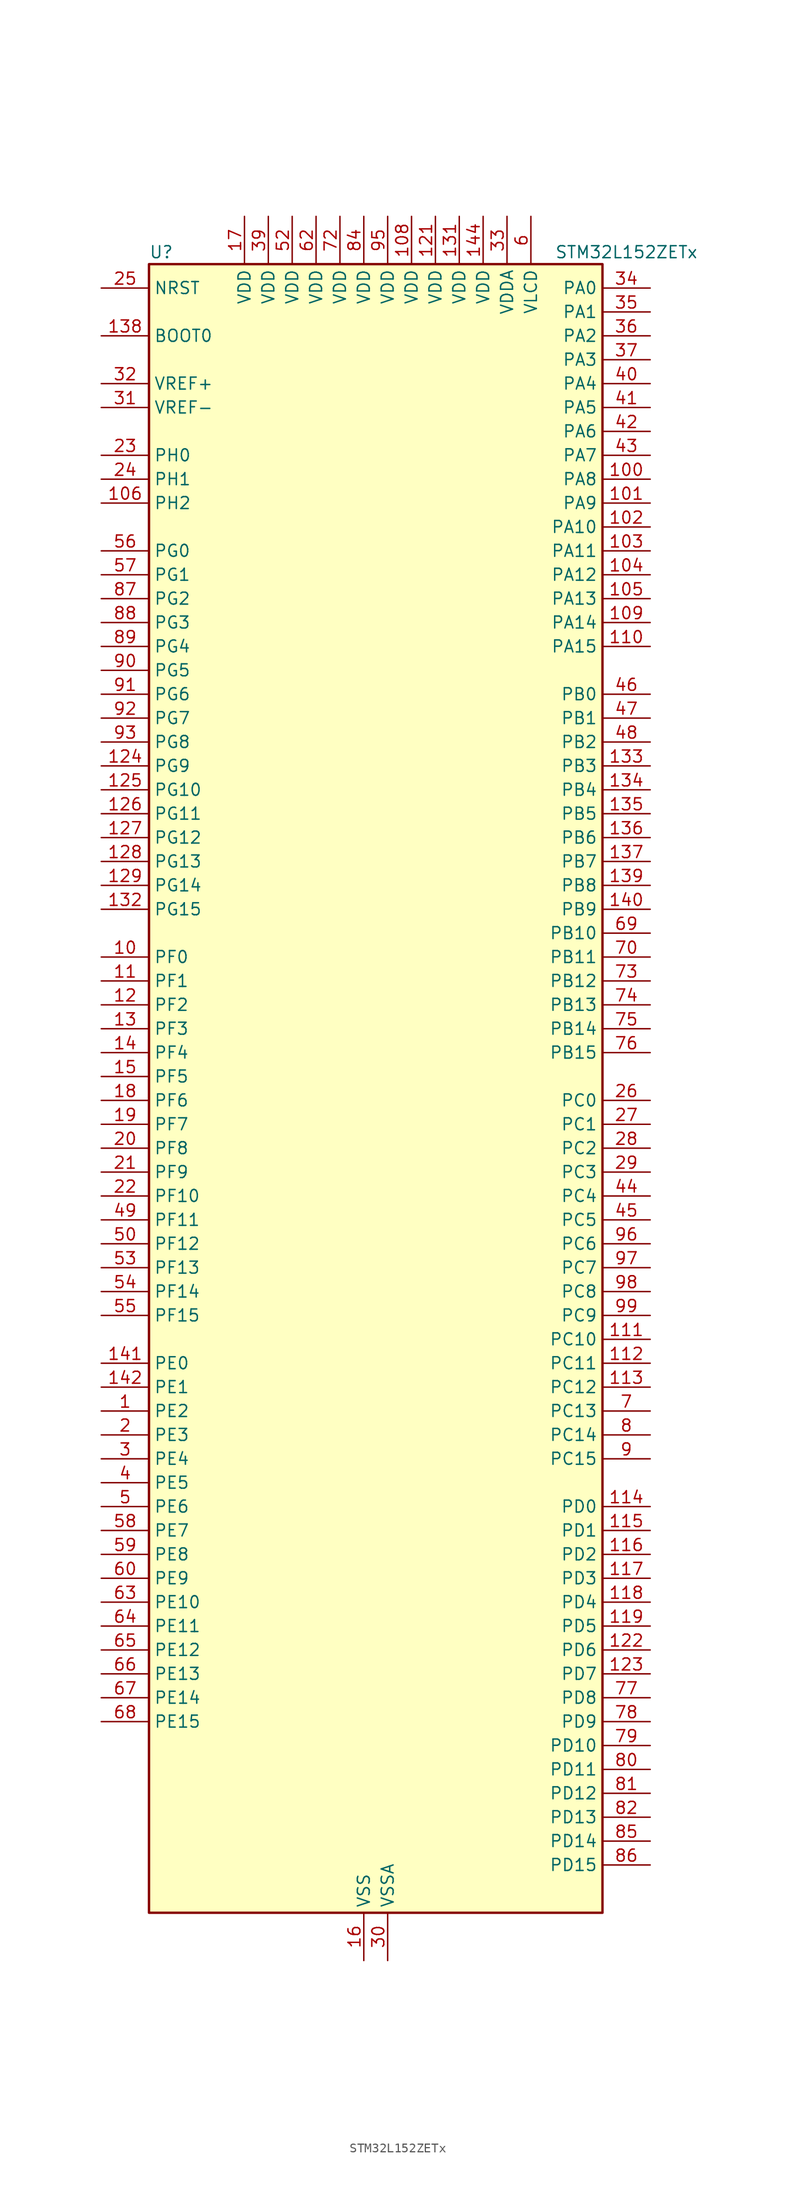
<source format=kicad_sym>
(kicad_symbol_lib
  (version 20220914)
  (generator kicad_symbol_editor)
  (symbol "STM32L152ZETx"
    (property "Reference" "U"
      (at -22.86 90.17 0)
      (effects (font (size 1.27 1.27)) (justify left)))
    (property "Value" "STM32L152ZETx"
      (at 20.32 90.17 0)
      (effects (font (size 1.27 1.27)) (justify left)))
    (property "ki_locked" ""
      (at 0 0 0)
      (effects (font (size 1.27 1.27))))
    (symbol "STM32L152ZETx_0_1"
      (rectangle (start -22.86 -86.36) (end 25.4 88.9) (stroke (width 0.254) (type default)) (fill (type background))))
    (symbol "STM32L152ZETx_1_1"
      (pin bidirectional line (at -27.94 -33.02 0) (length 5.08) (name "PE2" (effects (font (size 1.27 1.27)))) (number "1" (effects (font (size 1.27 1.27)))) (alternate "LCD_SEG38" bidirectional line) (alternate "SYS_TRACECK" bidirectional line) (alternate "TIM3_ETR" bidirectional line) (alternate "TIMX_IC3" bidirectional line))
      (pin bidirectional line (at -27.94 15.24 0) (length 5.08) (name "PF0" (effects (font (size 1.27 1.27)))) (number "10" (effects (font (size 1.27 1.27)))))
      (pin bidirectional line (at 30.48 66.04 180) (length 5.08) (name "PA8" (effects (font (size 1.27 1.27)))) (number "100" (effects (font (size 1.27 1.27)))) (alternate "LCD_COM0" bidirectional line) (alternate "RCC_MCO" bidirectional line) (alternate "TIMX_IC1" bidirectional line) (alternate "TS_G4_IO1" bidirectional line) (alternate "USART1_CK" bidirectional line))
      (pin bidirectional line (at 30.48 63.5 180) (length 5.08) (name "PA9" (effects (font (size 1.27 1.27)))) (number "101" (effects (font (size 1.27 1.27)))) (alternate "DAC_EXTI9" bidirectional line) (alternate "LCD_COM1" bidirectional line) (alternate "TIMX_IC2" bidirectional line) (alternate "TS_G4_IO2" bidirectional line) (alternate "USART1_TX" bidirectional line))
      (pin bidirectional line (at 30.48 60.96 180) (length 5.08) (name "PA10" (effects (font (size 1.27 1.27)))) (number "102" (effects (font (size 1.27 1.27)))) (alternate "LCD_COM2" bidirectional line) (alternate "TIMX_IC3" bidirectional line) (alternate "TS_G4_IO3" bidirectional line) (alternate "USART1_RX" bidirectional line))
      (pin bidirectional line (at 30.48 58.42 180) (length 5.08) (name "PA11" (effects (font (size 1.27 1.27)))) (number "103" (effects (font (size 1.27 1.27)))) (alternate "ADC_EXTI11" bidirectional line) (alternate "SPI1_MISO" bidirectional line) (alternate "TIMX_IC4" bidirectional line) (alternate "USART1_CTS" bidirectional line) (alternate "USB_DM" bidirectional line))
      (pin bidirectional line (at 30.48 55.88 180) (length 5.08) (name "PA12" (effects (font (size 1.27 1.27)))) (number "104" (effects (font (size 1.27 1.27)))) (alternate "SPI1_MOSI" bidirectional line) (alternate "TIMX_IC1" bidirectional line) (alternate "USART1_RTS" bidirectional line) (alternate "USB_DP" bidirectional line))
      (pin bidirectional line (at 30.48 53.34 180) (length 5.08) (name "PA13" (effects (font (size 1.27 1.27)))) (number "105" (effects (font (size 1.27 1.27)))) (alternate "SYS_JTMS-SWDIO" bidirectional line) (alternate "TIMX_IC2" bidirectional line) (alternate "TS_G5_IO1" bidirectional line))
      (pin bidirectional line (at -27.94 63.5 0) (length 5.08) (name "PH2" (effects (font (size 1.27 1.27)))) (number "106" (effects (font (size 1.27 1.27)))))
      (pin passive line (at 0 -91.44 90) (length 5.08) hide (name "VSS" (effects (font (size 1.27 1.27)))) (number "107" (effects (font (size 1.27 1.27)))))
      (pin power_in line (at 5.08 93.98 270) (length 5.08) (name "VDD" (effects (font (size 1.27 1.27)))) (number "108" (effects (font (size 1.27 1.27)))))
      (pin bidirectional line (at 30.48 50.8 180) (length 5.08) (name "PA14" (effects (font (size 1.27 1.27)))) (number "109" (effects (font (size 1.27 1.27)))) (alternate "SYS_JTCK-SWCLK" bidirectional line) (alternate "TIMX_IC3" bidirectional line) (alternate "TS_G5_IO2" bidirectional line))
      (pin bidirectional line (at -27.94 12.7 0) (length 5.08) (name "PF1" (effects (font (size 1.27 1.27)))) (number "11" (effects (font (size 1.27 1.27)))))
      (pin bidirectional line (at 30.48 48.26 180) (length 5.08) (name "PA15" (effects (font (size 1.27 1.27)))) (number "110" (effects (font (size 1.27 1.27)))) (alternate "ADC_EXTI15" bidirectional line) (alternate "I2S3_WS" bidirectional line) (alternate "LCD_SEG17" bidirectional line) (alternate "SPI1_NSS" bidirectional line) (alternate "SPI3_NSS" bidirectional line) (alternate "SYS_JTDI" bidirectional line) (alternate "TIM2_CH1" bidirectional line) (alternate "TIM2_ETR" bidirectional line) (alternate "TIMX_IC4" bidirectional line) (alternate "TS_G5_IO3" bidirectional line))
      (pin bidirectional line (at 30.48 -25.4 180) (length 5.08) (name "PC10" (effects (font (size 1.27 1.27)))) (number "111" (effects (font (size 1.27 1.27)))) (alternate "I2S3_CK" bidirectional line) (alternate "LCD_COM4" bidirectional line) (alternate "LCD_SEG28" bidirectional line) (alternate "LCD_SEG40" bidirectional line) (alternate "SPI3_SCK" bidirectional line) (alternate "TIMX_IC3" bidirectional line) (alternate "UART4_TX" bidirectional line) (alternate "USART3_TX" bidirectional line))
      (pin bidirectional line (at 30.48 -27.94 180) (length 5.08) (name "PC11" (effects (font (size 1.27 1.27)))) (number "112" (effects (font (size 1.27 1.27)))) (alternate "ADC_EXTI11" bidirectional line) (alternate "LCD_COM5" bidirectional line) (alternate "LCD_SEG29" bidirectional line) (alternate "LCD_SEG41" bidirectional line) (alternate "SPI3_MISO" bidirectional line) (alternate "TIMX_IC4" bidirectional line) (alternate "UART4_RX" bidirectional line) (alternate "USART3_RX" bidirectional line))
      (pin bidirectional line (at 30.48 -30.48 180) (length 5.08) (name "PC12" (effects (font (size 1.27 1.27)))) (number "113" (effects (font (size 1.27 1.27)))) (alternate "I2S3_SD" bidirectional line) (alternate "LCD_COM6" bidirectional line) (alternate "LCD_SEG30" bidirectional line) (alternate "LCD_SEG42" bidirectional line) (alternate "SPI3_MOSI" bidirectional line) (alternate "TIMX_IC1" bidirectional line) (alternate "UART5_TX" bidirectional line) (alternate "USART3_CK" bidirectional line))
      (pin bidirectional line (at 30.48 -43.18 180) (length 5.08) (name "PD0" (effects (font (size 1.27 1.27)))) (number "114" (effects (font (size 1.27 1.27)))) (alternate "I2S2_WS" bidirectional line) (alternate "SPI2_NSS" bidirectional line) (alternate "TIM9_CH1" bidirectional line) (alternate "TIMX_IC1" bidirectional line))
      (pin bidirectional line (at 30.48 -45.72 180) (length 5.08) (name "PD1" (effects (font (size 1.27 1.27)))) (number "115" (effects (font (size 1.27 1.27)))) (alternate "I2S2_CK" bidirectional line) (alternate "SPI2_SCK" bidirectional line) (alternate "TIMX_IC2" bidirectional line))
      (pin bidirectional line (at 30.48 -48.26 180) (length 5.08) (name "PD2" (effects (font (size 1.27 1.27)))) (number "116" (effects (font (size 1.27 1.27)))) (alternate "LCD_COM7" bidirectional line) (alternate "LCD_SEG31" bidirectional line) (alternate "LCD_SEG43" bidirectional line) (alternate "TIM3_ETR" bidirectional line) (alternate "TIMX_IC3" bidirectional line) (alternate "UART5_RX" bidirectional line))
      (pin bidirectional line (at 30.48 -50.8 180) (length 5.08) (name "PD3" (effects (font (size 1.27 1.27)))) (number "117" (effects (font (size 1.27 1.27)))) (alternate "SPI2_MISO" bidirectional line) (alternate "TIMX_IC4" bidirectional line) (alternate "USART2_CTS" bidirectional line))
      (pin bidirectional line (at 30.48 -53.34 180) (length 5.08) (name "PD4" (effects (font (size 1.27 1.27)))) (number "118" (effects (font (size 1.27 1.27)))) (alternate "I2S2_SD" bidirectional line) (alternate "SPI2_MOSI" bidirectional line) (alternate "TIMX_IC1" bidirectional line) (alternate "USART2_RTS" bidirectional line))
      (pin bidirectional line (at 30.48 -55.88 180) (length 5.08) (name "PD5" (effects (font (size 1.27 1.27)))) (number "119" (effects (font (size 1.27 1.27)))) (alternate "TIMX_IC2" bidirectional line) (alternate "USART2_TX" bidirectional line))
      (pin bidirectional line (at -27.94 10.16 0) (length 5.08) (name "PF2" (effects (font (size 1.27 1.27)))) (number "12" (effects (font (size 1.27 1.27)))))
      (pin passive line (at 0 -91.44 90) (length 5.08) hide (name "VSS" (effects (font (size 1.27 1.27)))) (number "120" (effects (font (size 1.27 1.27)))))
      (pin power_in line (at 7.62 93.98 270) (length 5.08) (name "VDD" (effects (font (size 1.27 1.27)))) (number "121" (effects (font (size 1.27 1.27)))))
      (pin bidirectional line (at 30.48 -58.42 180) (length 5.08) (name "PD6" (effects (font (size 1.27 1.27)))) (number "122" (effects (font (size 1.27 1.27)))) (alternate "TIMX_IC3" bidirectional line) (alternate "USART2_RX" bidirectional line))
      (pin bidirectional line (at 30.48 -60.96 180) (length 5.08) (name "PD7" (effects (font (size 1.27 1.27)))) (number "123" (effects (font (size 1.27 1.27)))) (alternate "TIM9_CH2" bidirectional line) (alternate "TIMX_IC4" bidirectional line) (alternate "USART2_CK" bidirectional line))
      (pin bidirectional line (at -27.94 35.56 0) (length 5.08) (name "PG9" (effects (font (size 1.27 1.27)))) (number "124" (effects (font (size 1.27 1.27)))) (alternate "DAC_EXTI9" bidirectional line))
      (pin bidirectional line (at -27.94 33.02 0) (length 5.08) (name "PG10" (effects (font (size 1.27 1.27)))) (number "125" (effects (font (size 1.27 1.27)))))
      (pin bidirectional line (at -27.94 30.48 0) (length 5.08) (name "PG11" (effects (font (size 1.27 1.27)))) (number "126" (effects (font (size 1.27 1.27)))) (alternate "ADC_EXTI11" bidirectional line))
      (pin bidirectional line (at -27.94 27.94 0) (length 5.08) (name "PG12" (effects (font (size 1.27 1.27)))) (number "127" (effects (font (size 1.27 1.27)))))
      (pin bidirectional line (at -27.94 25.4 0) (length 5.08) (name "PG13" (effects (font (size 1.27 1.27)))) (number "128" (effects (font (size 1.27 1.27)))))
      (pin bidirectional line (at -27.94 22.86 0) (length 5.08) (name "PG14" (effects (font (size 1.27 1.27)))) (number "129" (effects (font (size 1.27 1.27)))))
      (pin bidirectional line (at -27.94 7.62 0) (length 5.08) (name "PF3" (effects (font (size 1.27 1.27)))) (number "13" (effects (font (size 1.27 1.27)))))
      (pin passive line (at 0 -91.44 90) (length 5.08) hide (name "VSS" (effects (font (size 1.27 1.27)))) (number "130" (effects (font (size 1.27 1.27)))))
      (pin power_in line (at 10.16 93.98 270) (length 5.08) (name "VDD" (effects (font (size 1.27 1.27)))) (number "131" (effects (font (size 1.27 1.27)))))
      (pin bidirectional line (at -27.94 20.32 0) (length 5.08) (name "PG15" (effects (font (size 1.27 1.27)))) (number "132" (effects (font (size 1.27 1.27)))) (alternate "ADC_EXTI15" bidirectional line))
      (pin bidirectional line (at 30.48 35.56 180) (length 5.08) (name "PB3" (effects (font (size 1.27 1.27)))) (number "133" (effects (font (size 1.27 1.27)))) (alternate "COMP2_INM" bidirectional line) (alternate "I2S3_CK" bidirectional line) (alternate "LCD_SEG7" bidirectional line) (alternate "SPI1_SCK" bidirectional line) (alternate "SPI3_SCK" bidirectional line) (alternate "SYS_JTDO-TRACESWO" bidirectional line) (alternate "TIM2_CH2" bidirectional line))
      (pin bidirectional line (at 30.48 33.02 180) (length 5.08) (name "PB4" (effects (font (size 1.27 1.27)))) (number "134" (effects (font (size 1.27 1.27)))) (alternate "COMP2_INP" bidirectional line) (alternate "LCD_SEG8" bidirectional line) (alternate "SPI1_MISO" bidirectional line) (alternate "SPI3_MISO" bidirectional line) (alternate "SYS_JTRST" bidirectional line) (alternate "TIM3_CH1" bidirectional line) (alternate "TS_G6_IO1" bidirectional line))
      (pin bidirectional line (at 30.48 30.48 180) (length 5.08) (name "PB5" (effects (font (size 1.27 1.27)))) (number "135" (effects (font (size 1.27 1.27)))) (alternate "COMP2_INP" bidirectional line) (alternate "I2C1_SMBA" bidirectional line) (alternate "I2S3_SD" bidirectional line) (alternate "LCD_SEG9" bidirectional line) (alternate "SPI1_MOSI" bidirectional line) (alternate "SPI3_MOSI" bidirectional line) (alternate "TIM3_CH2" bidirectional line) (alternate "TS_G6_IO2" bidirectional line))
      (pin bidirectional line (at 30.48 27.94 180) (length 5.08) (name "PB6" (effects (font (size 1.27 1.27)))) (number "136" (effects (font (size 1.27 1.27)))) (alternate "COMP2_INP" bidirectional line) (alternate "I2C1_SCL" bidirectional line) (alternate "TIM4_CH1" bidirectional line) (alternate "TS_G6_IO3" bidirectional line) (alternate "USART1_TX" bidirectional line))
      (pin bidirectional line (at 30.48 25.4 180) (length 5.08) (name "PB7" (effects (font (size 1.27 1.27)))) (number "137" (effects (font (size 1.27 1.27)))) (alternate "COMP2_INP" bidirectional line) (alternate "I2C1_SDA" bidirectional line) (alternate "SYS_PVD_IN" bidirectional line) (alternate "TIM4_CH2" bidirectional line) (alternate "TS_G6_IO4" bidirectional line) (alternate "USART1_RX" bidirectional line))
      (pin input line (at -27.94 81.28 0) (length 5.08) (name "BOOT0" (effects (font (size 1.27 1.27)))) (number "138" (effects (font (size 1.27 1.27)))))
      (pin bidirectional line (at 30.48 22.86 180) (length 5.08) (name "PB8" (effects (font (size 1.27 1.27)))) (number "139" (effects (font (size 1.27 1.27)))) (alternate "I2C1_SCL" bidirectional line) (alternate "LCD_SEG16" bidirectional line) (alternate "TIM10_CH1" bidirectional line) (alternate "TIM4_CH3" bidirectional line))
      (pin bidirectional line (at -27.94 5.08 0) (length 5.08) (name "PF4" (effects (font (size 1.27 1.27)))) (number "14" (effects (font (size 1.27 1.27)))))
      (pin bidirectional line (at 30.48 20.32 180) (length 5.08) (name "PB9" (effects (font (size 1.27 1.27)))) (number "140" (effects (font (size 1.27 1.27)))) (alternate "DAC_EXTI9" bidirectional line) (alternate "I2C1_SDA" bidirectional line) (alternate "LCD_COM3" bidirectional line) (alternate "TIM11_CH1" bidirectional line) (alternate "TIM4_CH4" bidirectional line))
      (pin bidirectional line (at -27.94 -27.94 0) (length 5.08) (name "PE0" (effects (font (size 1.27 1.27)))) (number "141" (effects (font (size 1.27 1.27)))) (alternate "LCD_SEG36" bidirectional line) (alternate "TIM10_CH1" bidirectional line) (alternate "TIM4_ETR" bidirectional line) (alternate "TIMX_IC1" bidirectional line))
      (pin bidirectional line (at -27.94 -30.48 0) (length 5.08) (name "PE1" (effects (font (size 1.27 1.27)))) (number "142" (effects (font (size 1.27 1.27)))) (alternate "LCD_SEG37" bidirectional line) (alternate "TIM11_CH1" bidirectional line) (alternate "TIMX_IC2" bidirectional line))
      (pin passive line (at 0 -91.44 90) (length 5.08) hide (name "VSS" (effects (font (size 1.27 1.27)))) (number "143" (effects (font (size 1.27 1.27)))))
      (pin power_in line (at 12.7 93.98 270) (length 5.08) (name "VDD" (effects (font (size 1.27 1.27)))) (number "144" (effects (font (size 1.27 1.27)))))
      (pin bidirectional line (at -27.94 2.54 0) (length 5.08) (name "PF5" (effects (font (size 1.27 1.27)))) (number "15" (effects (font (size 1.27 1.27)))))
      (pin power_in line (at 0 -91.44 90) (length 5.08) (name "VSS" (effects (font (size 1.27 1.27)))) (number "16" (effects (font (size 1.27 1.27)))))
      (pin power_in line (at -12.7 93.98 270) (length 5.08) (name "VDD" (effects (font (size 1.27 1.27)))) (number "17" (effects (font (size 1.27 1.27)))))
      (pin bidirectional line (at -27.94 0 0) (length 5.08) (name "PF6" (effects (font (size 1.27 1.27)))) (number "18" (effects (font (size 1.27 1.27)))) (alternate "ADC_IN27" bidirectional line) (alternate "TIM5_CH1" bidirectional line) (alternate "TIM5_ETR" bidirectional line) (alternate "TS_G11_IO1" bidirectional line))
      (pin bidirectional line (at -27.94 -2.54 0) (length 5.08) (name "PF7" (effects (font (size 1.27 1.27)))) (number "19" (effects (font (size 1.27 1.27)))) (alternate "ADC_IN28" bidirectional line) (alternate "COMP1_INP" bidirectional line) (alternate "TIM5_CH2" bidirectional line) (alternate "TS_G11_IO2" bidirectional line))
      (pin bidirectional line (at -27.94 -35.56 0) (length 5.08) (name "PE3" (effects (font (size 1.27 1.27)))) (number "2" (effects (font (size 1.27 1.27)))) (alternate "LCD_SEG39" bidirectional line) (alternate "SYS_TRACED0" bidirectional line) (alternate "TIM3_CH1" bidirectional line) (alternate "TIMX_IC4" bidirectional line))
      (pin bidirectional line (at -27.94 -5.08 0) (length 5.08) (name "PF8" (effects (font (size 1.27 1.27)))) (number "20" (effects (font (size 1.27 1.27)))) (alternate "ADC_IN29" bidirectional line) (alternate "COMP1_INP" bidirectional line) (alternate "TIM5_CH3" bidirectional line) (alternate "TS_G11_IO3" bidirectional line))
      (pin bidirectional line (at -27.94 -7.62 0) (length 5.08) (name "PF9" (effects (font (size 1.27 1.27)))) (number "21" (effects (font (size 1.27 1.27)))) (alternate "ADC_IN30" bidirectional line) (alternate "COMP1_INP" bidirectional line) (alternate "DAC_EXTI9" bidirectional line) (alternate "TIM5_CH4" bidirectional line) (alternate "TS_G11_IO4" bidirectional line))
      (pin bidirectional line (at -27.94 -10.16 0) (length 5.08) (name "PF10" (effects (font (size 1.27 1.27)))) (number "22" (effects (font (size 1.27 1.27)))) (alternate "ADC_IN31" bidirectional line) (alternate "COMP1_INP" bidirectional line) (alternate "TS_G11_IO5" bidirectional line))
      (pin bidirectional line (at -27.94 68.58 0) (length 5.08) (name "PH0" (effects (font (size 1.27 1.27)))) (number "23" (effects (font (size 1.27 1.27)))) (alternate "RCC_OSC_IN" bidirectional line))
      (pin bidirectional line (at -27.94 66.04 0) (length 5.08) (name "PH1" (effects (font (size 1.27 1.27)))) (number "24" (effects (font (size 1.27 1.27)))) (alternate "RCC_OSC_OUT" bidirectional line))
      (pin input line (at -27.94 86.36 0) (length 5.08) (name "NRST" (effects (font (size 1.27 1.27)))) (number "25" (effects (font (size 1.27 1.27)))))
      (pin bidirectional line (at 30.48 0 180) (length 5.08) (name "PC0" (effects (font (size 1.27 1.27)))) (number "26" (effects (font (size 1.27 1.27)))) (alternate "ADC_IN10" bidirectional line) (alternate "COMP1_INP" bidirectional line) (alternate "LCD_SEG18" bidirectional line) (alternate "TIMX_IC1" bidirectional line) (alternate "TS_G8_IO1" bidirectional line))
      (pin bidirectional line (at 30.48 -2.54 180) (length 5.08) (name "PC1" (effects (font (size 1.27 1.27)))) (number "27" (effects (font (size 1.27 1.27)))) (alternate "ADC_IN11" bidirectional line) (alternate "COMP1_INP" bidirectional line) (alternate "LCD_SEG19" bidirectional line) (alternate "TIMX_IC2" bidirectional line) (alternate "TS_G8_IO2" bidirectional line))
      (pin bidirectional line (at 30.48 -5.08 180) (length 5.08) (name "PC2" (effects (font (size 1.27 1.27)))) (number "28" (effects (font (size 1.27 1.27)))) (alternate "ADC_IN12" bidirectional line) (alternate "COMP1_INP" bidirectional line) (alternate "LCD_SEG20" bidirectional line) (alternate "TIMX_IC3" bidirectional line) (alternate "TS_G8_IO3" bidirectional line))
      (pin bidirectional line (at 30.48 -7.62 180) (length 5.08) (name "PC3" (effects (font (size 1.27 1.27)))) (number "29" (effects (font (size 1.27 1.27)))) (alternate "ADC_IN13" bidirectional line) (alternate "COMP1_INP" bidirectional line) (alternate "LCD_SEG21" bidirectional line) (alternate "TIMX_IC4" bidirectional line) (alternate "TS_G8_IO4" bidirectional line))
      (pin bidirectional line (at -27.94 -38.1 0) (length 5.08) (name "PE4" (effects (font (size 1.27 1.27)))) (number "3" (effects (font (size 1.27 1.27)))) (alternate "SYS_TRACED1" bidirectional line) (alternate "TIM3_CH2" bidirectional line) (alternate "TIMX_IC1" bidirectional line))
      (pin power_in line (at 2.54 -91.44 90) (length 5.08) (name "VSSA" (effects (font (size 1.27 1.27)))) (number "30" (effects (font (size 1.27 1.27)))))
      (pin input line (at -27.94 73.66 0) (length 5.08) (name "VREF-" (effects (font (size 1.27 1.27)))) (number "31" (effects (font (size 1.27 1.27)))))
      (pin input line (at -27.94 76.2 0) (length 5.08) (name "VREF+" (effects (font (size 1.27 1.27)))) (number "32" (effects (font (size 1.27 1.27)))))
      (pin power_in line (at 15.24 93.98 270) (length 5.08) (name "VDDA" (effects (font (size 1.27 1.27)))) (number "33" (effects (font (size 1.27 1.27)))))
      (pin bidirectional line (at 30.48 86.36 180) (length 5.08) (name "PA0" (effects (font (size 1.27 1.27)))) (number "34" (effects (font (size 1.27 1.27)))) (alternate "ADC_IN0" bidirectional line) (alternate "COMP1_INP" bidirectional line) (alternate "RTC_TAMP2" bidirectional line) (alternate "SYS_WKUP1" bidirectional line) (alternate "TIM2_CH1" bidirectional line) (alternate "TIM2_ETR" bidirectional line) (alternate "TIM5_CH1" bidirectional line) (alternate "TIMX_IC1" bidirectional line) (alternate "TS_G1_IO1" bidirectional line) (alternate "USART2_CTS" bidirectional line))
      (pin bidirectional line (at 30.48 83.82 180) (length 5.08) (name "PA1" (effects (font (size 1.27 1.27)))) (number "35" (effects (font (size 1.27 1.27)))) (alternate "ADC_IN1" bidirectional line) (alternate "COMP1_INP" bidirectional line) (alternate "LCD_SEG0" bidirectional line) (alternate "OPAMP1_VINP" bidirectional line) (alternate "TIM2_CH2" bidirectional line) (alternate "TIM5_CH2" bidirectional line) (alternate "TIMX_IC2" bidirectional line) (alternate "TS_G1_IO2" bidirectional line) (alternate "USART2_RTS" bidirectional line))
      (pin bidirectional line (at 30.48 81.28 180) (length 5.08) (name "PA2" (effects (font (size 1.27 1.27)))) (number "36" (effects (font (size 1.27 1.27)))) (alternate "ADC_IN2" bidirectional line) (alternate "COMP1_INP" bidirectional line) (alternate "LCD_SEG1" bidirectional line) (alternate "OPAMP1_VINM" bidirectional line) (alternate "TIM2_CH3" bidirectional line) (alternate "TIM5_CH3" bidirectional line) (alternate "TIM9_CH1" bidirectional line) (alternate "TIMX_IC3" bidirectional line) (alternate "TS_G1_IO3" bidirectional line) (alternate "USART2_TX" bidirectional line))
      (pin bidirectional line (at 30.48 78.74 180) (length 5.08) (name "PA3" (effects (font (size 1.27 1.27)))) (number "37" (effects (font (size 1.27 1.27)))) (alternate "ADC_IN3" bidirectional line) (alternate "COMP1_INP" bidirectional line) (alternate "LCD_SEG2" bidirectional line) (alternate "OPAMP1_VOUT" bidirectional line) (alternate "TIM2_CH4" bidirectional line) (alternate "TIM5_CH4" bidirectional line) (alternate "TIM9_CH2" bidirectional line) (alternate "TIMX_IC4" bidirectional line) (alternate "TS_G1_IO4" bidirectional line) (alternate "USART2_RX" bidirectional line))
      (pin passive line (at 0 -91.44 90) (length 5.08) hide (name "VSS" (effects (font (size 1.27 1.27)))) (number "38" (effects (font (size 1.27 1.27)))))
      (pin power_in line (at -10.16 93.98 270) (length 5.08) (name "VDD" (effects (font (size 1.27 1.27)))) (number "39" (effects (font (size 1.27 1.27)))))
      (pin bidirectional line (at -27.94 -40.64 0) (length 5.08) (name "PE5" (effects (font (size 1.27 1.27)))) (number "4" (effects (font (size 1.27 1.27)))) (alternate "SYS_TRACED2" bidirectional line) (alternate "TIM9_CH1" bidirectional line) (alternate "TIMX_IC2" bidirectional line))
      (pin bidirectional line (at 30.48 76.2 180) (length 5.08) (name "PA4" (effects (font (size 1.27 1.27)))) (number "40" (effects (font (size 1.27 1.27)))) (alternate "ADC_IN4" bidirectional line) (alternate "COMP1_INP" bidirectional line) (alternate "DAC_OUT1" bidirectional line) (alternate "I2S3_WS" bidirectional line) (alternate "SPI1_NSS" bidirectional line) (alternate "SPI3_NSS" bidirectional line) (alternate "TIMX_IC1" bidirectional line) (alternate "USART2_CK" bidirectional line))
      (pin bidirectional line (at 30.48 73.66 180) (length 5.08) (name "PA5" (effects (font (size 1.27 1.27)))) (number "41" (effects (font (size 1.27 1.27)))) (alternate "ADC_IN5" bidirectional line) (alternate "COMP1_INP" bidirectional line) (alternate "DAC_OUT2" bidirectional line) (alternate "SPI1_SCK" bidirectional line) (alternate "TIM2_CH1" bidirectional line) (alternate "TIM2_ETR" bidirectional line) (alternate "TIMX_IC2" bidirectional line))
      (pin bidirectional line (at 30.48 71.12 180) (length 5.08) (name "PA6" (effects (font (size 1.27 1.27)))) (number "42" (effects (font (size 1.27 1.27)))) (alternate "ADC_IN6" bidirectional line) (alternate "COMP1_INP" bidirectional line) (alternate "LCD_SEG3" bidirectional line) (alternate "OPAMP2_VINP" bidirectional line) (alternate "SPI1_MISO" bidirectional line) (alternate "TIM10_CH1" bidirectional line) (alternate "TIM3_CH1" bidirectional line) (alternate "TIMX_IC3" bidirectional line) (alternate "TS_G2_IO1" bidirectional line))
      (pin bidirectional line (at 30.48 68.58 180) (length 5.08) (name "PA7" (effects (font (size 1.27 1.27)))) (number "43" (effects (font (size 1.27 1.27)))) (alternate "ADC_IN7" bidirectional line) (alternate "COMP1_INP" bidirectional line) (alternate "LCD_SEG4" bidirectional line) (alternate "OPAMP2_VINM" bidirectional line) (alternate "SPI1_MOSI" bidirectional line) (alternate "TIM11_CH1" bidirectional line) (alternate "TIM3_CH2" bidirectional line) (alternate "TIMX_IC4" bidirectional line) (alternate "TS_G2_IO2" bidirectional line))
      (pin bidirectional line (at 30.48 -10.16 180) (length 5.08) (name "PC4" (effects (font (size 1.27 1.27)))) (number "44" (effects (font (size 1.27 1.27)))) (alternate "ADC_IN14" bidirectional line) (alternate "COMP1_INP" bidirectional line) (alternate "LCD_SEG22" bidirectional line) (alternate "TIMX_IC1" bidirectional line) (alternate "TS_G9_IO1" bidirectional line))
      (pin bidirectional line (at 30.48 -12.7 180) (length 5.08) (name "PC5" (effects (font (size 1.27 1.27)))) (number "45" (effects (font (size 1.27 1.27)))) (alternate "ADC_IN15" bidirectional line) (alternate "COMP1_INP" bidirectional line) (alternate "LCD_SEG23" bidirectional line) (alternate "TIMX_IC2" bidirectional line) (alternate "TS_G9_IO2" bidirectional line))
      (pin bidirectional line (at 30.48 43.18 180) (length 5.08) (name "PB0" (effects (font (size 1.27 1.27)))) (number "46" (effects (font (size 1.27 1.27)))) (alternate "ADC_IN8" bidirectional line) (alternate "COMP1_INP" bidirectional line) (alternate "LCD_SEG5" bidirectional line) (alternate "OPAMP2_VOUT" bidirectional line) (alternate "SYS_V_REF_OUT" bidirectional line) (alternate "TIM3_CH3" bidirectional line) (alternate "TS_G3_IO1" bidirectional line))
      (pin bidirectional line (at 30.48 40.64 180) (length 5.08) (name "PB1" (effects (font (size 1.27 1.27)))) (number "47" (effects (font (size 1.27 1.27)))) (alternate "ADC_IN9" bidirectional line) (alternate "COMP1_INP" bidirectional line) (alternate "LCD_SEG6" bidirectional line) (alternate "SYS_V_REF_OUT" bidirectional line) (alternate "TIM3_CH4" bidirectional line) (alternate "TS_G3_IO2" bidirectional line))
      (pin bidirectional line (at 30.48 38.1 180) (length 5.08) (name "PB2" (effects (font (size 1.27 1.27)))) (number "48" (effects (font (size 1.27 1.27)))) (alternate "ADC_IN0b" bidirectional line) (alternate "TS_G3_IO3" bidirectional line))
      (pin bidirectional line (at -27.94 -12.7 0) (length 5.08) (name "PF11" (effects (font (size 1.27 1.27)))) (number "49" (effects (font (size 1.27 1.27)))) (alternate "ADC_EXTI11" bidirectional line) (alternate "ADC_IN1b" bidirectional line) (alternate "TS_G3_IO4" bidirectional line))
      (pin bidirectional line (at -27.94 -43.18 0) (length 5.08) (name "PE6" (effects (font (size 1.27 1.27)))) (number "5" (effects (font (size 1.27 1.27)))) (alternate "RTC_TAMP3" bidirectional line) (alternate "SYS_TRACED3" bidirectional line) (alternate "SYS_WKUP3" bidirectional line) (alternate "TIM9_CH2" bidirectional line) (alternate "TIMX_IC3" bidirectional line))
      (pin bidirectional line (at -27.94 -15.24 0) (length 5.08) (name "PF12" (effects (font (size 1.27 1.27)))) (number "50" (effects (font (size 1.27 1.27)))) (alternate "ADC_IN2b" bidirectional line) (alternate "TS_G3_IO5" bidirectional line))
      (pin passive line (at 0 -91.44 90) (length 5.08) hide (name "VSS" (effects (font (size 1.27 1.27)))) (number "51" (effects (font (size 1.27 1.27)))))
      (pin power_in line (at -7.62 93.98 270) (length 5.08) (name "VDD" (effects (font (size 1.27 1.27)))) (number "52" (effects (font (size 1.27 1.27)))))
      (pin bidirectional line (at -27.94 -17.78 0) (length 5.08) (name "PF13" (effects (font (size 1.27 1.27)))) (number "53" (effects (font (size 1.27 1.27)))) (alternate "ADC_IN3b" bidirectional line) (alternate "TS_G9_IO3" bidirectional line))
      (pin bidirectional line (at -27.94 -20.32 0) (length 5.08) (name "PF14" (effects (font (size 1.27 1.27)))) (number "54" (effects (font (size 1.27 1.27)))) (alternate "ADC_IN6b" bidirectional line) (alternate "TS_G9_IO4" bidirectional line))
      (pin bidirectional line (at -27.94 -22.86 0) (length 5.08) (name "PF15" (effects (font (size 1.27 1.27)))) (number "55" (effects (font (size 1.27 1.27)))) (alternate "ADC_EXTI15" bidirectional line) (alternate "ADC_IN7b" bidirectional line) (alternate "TS_G2_IO3" bidirectional line))
      (pin bidirectional line (at -27.94 58.42 0) (length 5.08) (name "PG0" (effects (font (size 1.27 1.27)))) (number "56" (effects (font (size 1.27 1.27)))) (alternate "ADC_IN8b" bidirectional line) (alternate "TS_G2_IO4" bidirectional line))
      (pin bidirectional line (at -27.94 55.88 0) (length 5.08) (name "PG1" (effects (font (size 1.27 1.27)))) (number "57" (effects (font (size 1.27 1.27)))) (alternate "ADC_IN9b" bidirectional line) (alternate "TS_G2_IO5" bidirectional line))
      (pin bidirectional line (at -27.94 -45.72 0) (length 5.08) (name "PE7" (effects (font (size 1.27 1.27)))) (number "58" (effects (font (size 1.27 1.27)))) (alternate "ADC_IN22" bidirectional line) (alternate "COMP1_INP" bidirectional line) (alternate "TIMX_IC4" bidirectional line))
      (pin bidirectional line (at -27.94 -48.26 0) (length 5.08) (name "PE8" (effects (font (size 1.27 1.27)))) (number "59" (effects (font (size 1.27 1.27)))) (alternate "ADC_IN23" bidirectional line) (alternate "COMP1_INP" bidirectional line) (alternate "TIMX_IC1" bidirectional line))
      (pin power_in line (at 17.78 93.98 270) (length 5.08) (name "VLCD" (effects (font (size 1.27 1.27)))) (number "6" (effects (font (size 1.27 1.27)))))
      (pin bidirectional line (at -27.94 -50.8 0) (length 5.08) (name "PE9" (effects (font (size 1.27 1.27)))) (number "60" (effects (font (size 1.27 1.27)))) (alternate "ADC_IN24" bidirectional line) (alternate "COMP1_INP" bidirectional line) (alternate "DAC_EXTI9" bidirectional line) (alternate "TIM2_CH1" bidirectional line) (alternate "TIM2_ETR" bidirectional line) (alternate "TIMX_IC2" bidirectional line))
      (pin passive line (at 0 -91.44 90) (length 5.08) hide (name "VSS" (effects (font (size 1.27 1.27)))) (number "61" (effects (font (size 1.27 1.27)))))
      (pin power_in line (at -5.08 93.98 270) (length 5.08) (name "VDD" (effects (font (size 1.27 1.27)))) (number "62" (effects (font (size 1.27 1.27)))))
      (pin bidirectional line (at -27.94 -53.34 0) (length 5.08) (name "PE10" (effects (font (size 1.27 1.27)))) (number "63" (effects (font (size 1.27 1.27)))) (alternate "ADC_IN25" bidirectional line) (alternate "COMP1_INP" bidirectional line) (alternate "TIM2_CH2" bidirectional line) (alternate "TIMX_IC3" bidirectional line))
      (pin bidirectional line (at -27.94 -55.88 0) (length 5.08) (name "PE11" (effects (font (size 1.27 1.27)))) (number "64" (effects (font (size 1.27 1.27)))) (alternate "ADC_EXTI11" bidirectional line) (alternate "TIM2_CH3" bidirectional line) (alternate "TIMX_IC4" bidirectional line))
      (pin bidirectional line (at -27.94 -58.42 0) (length 5.08) (name "PE12" (effects (font (size 1.27 1.27)))) (number "65" (effects (font (size 1.27 1.27)))) (alternate "SPI1_NSS" bidirectional line) (alternate "TIM2_CH4" bidirectional line) (alternate "TIMX_IC1" bidirectional line))
      (pin bidirectional line (at -27.94 -60.96 0) (length 5.08) (name "PE13" (effects (font (size 1.27 1.27)))) (number "66" (effects (font (size 1.27 1.27)))) (alternate "SPI1_SCK" bidirectional line) (alternate "TIMX_IC2" bidirectional line))
      (pin bidirectional line (at -27.94 -63.5 0) (length 5.08) (name "PE14" (effects (font (size 1.27 1.27)))) (number "67" (effects (font (size 1.27 1.27)))) (alternate "SPI1_MISO" bidirectional line) (alternate "TIMX_IC3" bidirectional line))
      (pin bidirectional line (at -27.94 -66.04 0) (length 5.08) (name "PE15" (effects (font (size 1.27 1.27)))) (number "68" (effects (font (size 1.27 1.27)))) (alternate "ADC_EXTI15" bidirectional line) (alternate "SPI1_MOSI" bidirectional line) (alternate "TIMX_IC4" bidirectional line))
      (pin bidirectional line (at 30.48 17.78 180) (length 5.08) (name "PB10" (effects (font (size 1.27 1.27)))) (number "69" (effects (font (size 1.27 1.27)))) (alternate "I2C2_SCL" bidirectional line) (alternate "LCD_SEG10" bidirectional line) (alternate "TIM2_CH3" bidirectional line) (alternate "USART3_TX" bidirectional line))
      (pin bidirectional line (at 30.48 -33.02 180) (length 5.08) (name "PC13" (effects (font (size 1.27 1.27)))) (number "7" (effects (font (size 1.27 1.27)))) (alternate "RTC_OUT_ALARM" bidirectional line) (alternate "RTC_OUT_CALIB" bidirectional line) (alternate "RTC_TAMP1" bidirectional line) (alternate "RTC_TS" bidirectional line) (alternate "SYS_WKUP2" bidirectional line) (alternate "TIMX_IC2" bidirectional line))
      (pin bidirectional line (at 30.48 15.24 180) (length 5.08) (name "PB11" (effects (font (size 1.27 1.27)))) (number "70" (effects (font (size 1.27 1.27)))) (alternate "ADC_EXTI11" bidirectional line) (alternate "I2C2_SDA" bidirectional line) (alternate "LCD_SEG11" bidirectional line) (alternate "TIM2_CH4" bidirectional line) (alternate "USART3_RX" bidirectional line))
      (pin passive line (at 0 -91.44 90) (length 5.08) hide (name "VSS" (effects (font (size 1.27 1.27)))) (number "71" (effects (font (size 1.27 1.27)))))
      (pin power_in line (at -2.54 93.98 270) (length 5.08) (name "VDD" (effects (font (size 1.27 1.27)))) (number "72" (effects (font (size 1.27 1.27)))))
      (pin bidirectional line (at 30.48 12.7 180) (length 5.08) (name "PB12" (effects (font (size 1.27 1.27)))) (number "73" (effects (font (size 1.27 1.27)))) (alternate "ADC_IN18" bidirectional line) (alternate "COMP1_INP" bidirectional line) (alternate "I2C2_SMBA" bidirectional line) (alternate "I2S2_WS" bidirectional line) (alternate "LCD_SEG12" bidirectional line) (alternate "SPI2_NSS" bidirectional line) (alternate "TIM10_CH1" bidirectional line) (alternate "TS_G7_IO1" bidirectional line) (alternate "USART3_CK" bidirectional line))
      (pin bidirectional line (at 30.48 10.16 180) (length 5.08) (name "PB13" (effects (font (size 1.27 1.27)))) (number "74" (effects (font (size 1.27 1.27)))) (alternate "ADC_IN19" bidirectional line) (alternate "COMP1_INP" bidirectional line) (alternate "I2S2_CK" bidirectional line) (alternate "LCD_SEG13" bidirectional line) (alternate "SPI2_SCK" bidirectional line) (alternate "TIM9_CH1" bidirectional line) (alternate "TS_G7_IO2" bidirectional line) (alternate "USART3_CTS" bidirectional line))
      (pin bidirectional line (at 30.48 7.62 180) (length 5.08) (name "PB14" (effects (font (size 1.27 1.27)))) (number "75" (effects (font (size 1.27 1.27)))) (alternate "ADC_IN20" bidirectional line) (alternate "COMP1_INP" bidirectional line) (alternate "LCD_SEG14" bidirectional line) (alternate "SPI2_MISO" bidirectional line) (alternate "TIM9_CH2" bidirectional line) (alternate "TS_G7_IO3" bidirectional line) (alternate "USART3_RTS" bidirectional line))
      (pin bidirectional line (at 30.48 5.08 180) (length 5.08) (name "PB15" (effects (font (size 1.27 1.27)))) (number "76" (effects (font (size 1.27 1.27)))) (alternate "ADC_EXTI15" bidirectional line) (alternate "ADC_IN21" bidirectional line) (alternate "COMP1_INP" bidirectional line) (alternate "I2S2_SD" bidirectional line) (alternate "LCD_SEG15" bidirectional line) (alternate "RTC_REFIN" bidirectional line) (alternate "SPI2_MOSI" bidirectional line) (alternate "TIM11_CH1" bidirectional line) (alternate "TS_G7_IO4" bidirectional line))
      (pin bidirectional line (at 30.48 -63.5 180) (length 5.08) (name "PD8" (effects (font (size 1.27 1.27)))) (number "77" (effects (font (size 1.27 1.27)))) (alternate "LCD_SEG28" bidirectional line) (alternate "TIMX_IC1" bidirectional line) (alternate "USART3_TX" bidirectional line))
      (pin bidirectional line (at 30.48 -66.04 180) (length 5.08) (name "PD9" (effects (font (size 1.27 1.27)))) (number "78" (effects (font (size 1.27 1.27)))) (alternate "DAC_EXTI9" bidirectional line) (alternate "LCD_SEG29" bidirectional line) (alternate "TIMX_IC2" bidirectional line) (alternate "USART3_RX" bidirectional line))
      (pin bidirectional line (at 30.48 -68.58 180) (length 5.08) (name "PD10" (effects (font (size 1.27 1.27)))) (number "79" (effects (font (size 1.27 1.27)))) (alternate "LCD_SEG30" bidirectional line) (alternate "TIMX_IC3" bidirectional line) (alternate "USART3_CK" bidirectional line))
      (pin bidirectional line (at 30.48 -35.56 180) (length 5.08) (name "PC14" (effects (font (size 1.27 1.27)))) (number "8" (effects (font (size 1.27 1.27)))) (alternate "RCC_OSC32_IN" bidirectional line) (alternate "TIMX_IC3" bidirectional line))
      (pin bidirectional line (at 30.48 -71.12 180) (length 5.08) (name "PD11" (effects (font (size 1.27 1.27)))) (number "80" (effects (font (size 1.27 1.27)))) (alternate "ADC_EXTI11" bidirectional line) (alternate "LCD_SEG31" bidirectional line) (alternate "TIMX_IC4" bidirectional line) (alternate "USART3_CTS" bidirectional line))
      (pin bidirectional line (at 30.48 -73.66 180) (length 5.08) (name "PD12" (effects (font (size 1.27 1.27)))) (number "81" (effects (font (size 1.27 1.27)))) (alternate "LCD_SEG32" bidirectional line) (alternate "TIM4_CH1" bidirectional line) (alternate "TIMX_IC1" bidirectional line) (alternate "USART3_RTS" bidirectional line))
      (pin bidirectional line (at 30.48 -76.2 180) (length 5.08) (name "PD13" (effects (font (size 1.27 1.27)))) (number "82" (effects (font (size 1.27 1.27)))) (alternate "LCD_SEG33" bidirectional line) (alternate "TIM4_CH2" bidirectional line) (alternate "TIMX_IC2" bidirectional line))
      (pin passive line (at 0 -91.44 90) (length 5.08) hide (name "VSS" (effects (font (size 1.27 1.27)))) (number "83" (effects (font (size 1.27 1.27)))))
      (pin power_in line (at 0 93.98 270) (length 5.08) (name "VDD" (effects (font (size 1.27 1.27)))) (number "84" (effects (font (size 1.27 1.27)))))
      (pin bidirectional line (at 30.48 -78.74 180) (length 5.08) (name "PD14" (effects (font (size 1.27 1.27)))) (number "85" (effects (font (size 1.27 1.27)))) (alternate "LCD_SEG34" bidirectional line) (alternate "TIM4_CH3" bidirectional line) (alternate "TIMX_IC3" bidirectional line))
      (pin bidirectional line (at 30.48 -81.28 180) (length 5.08) (name "PD15" (effects (font (size 1.27 1.27)))) (number "86" (effects (font (size 1.27 1.27)))) (alternate "ADC_EXTI15" bidirectional line) (alternate "LCD_SEG35" bidirectional line) (alternate "TIM4_CH4" bidirectional line) (alternate "TIMX_IC4" bidirectional line))
      (pin bidirectional line (at -27.94 53.34 0) (length 5.08) (name "PG2" (effects (font (size 1.27 1.27)))) (number "87" (effects (font (size 1.27 1.27)))) (alternate "ADC_IN10b" bidirectional line) (alternate "TS_G7_IO5" bidirectional line))
      (pin bidirectional line (at -27.94 50.8 0) (length 5.08) (name "PG3" (effects (font (size 1.27 1.27)))) (number "88" (effects (font (size 1.27 1.27)))) (alternate "ADC_IN11b" bidirectional line) (alternate "TS_G7_IO6" bidirectional line))
      (pin bidirectional line (at -27.94 48.26 0) (length 5.08) (name "PG4" (effects (font (size 1.27 1.27)))) (number "89" (effects (font (size 1.27 1.27)))) (alternate "ADC_IN12b" bidirectional line) (alternate "TS_G7_IO7" bidirectional line))
      (pin bidirectional line (at 30.48 -38.1 180) (length 5.08) (name "PC15" (effects (font (size 1.27 1.27)))) (number "9" (effects (font (size 1.27 1.27)))) (alternate "ADC_EXTI15" bidirectional line) (alternate "RCC_OSC32_OUT" bidirectional line) (alternate "TIMX_IC4" bidirectional line))
      (pin bidirectional line (at -27.94 45.72 0) (length 5.08) (name "PG5" (effects (font (size 1.27 1.27)))) (number "90" (effects (font (size 1.27 1.27)))))
      (pin bidirectional line (at -27.94 43.18 0) (length 5.08) (name "PG6" (effects (font (size 1.27 1.27)))) (number "91" (effects (font (size 1.27 1.27)))))
      (pin bidirectional line (at -27.94 40.64 0) (length 5.08) (name "PG7" (effects (font (size 1.27 1.27)))) (number "92" (effects (font (size 1.27 1.27)))))
      (pin bidirectional line (at -27.94 38.1 0) (length 5.08) (name "PG8" (effects (font (size 1.27 1.27)))) (number "93" (effects (font (size 1.27 1.27)))))
      (pin passive line (at 0 -91.44 90) (length 5.08) hide (name "VSS" (effects (font (size 1.27 1.27)))) (number "94" (effects (font (size 1.27 1.27)))))
      (pin power_in line (at 2.54 93.98 270) (length 5.08) (name "VDD" (effects (font (size 1.27 1.27)))) (number "95" (effects (font (size 1.27 1.27)))))
      (pin bidirectional line (at 30.48 -15.24 180) (length 5.08) (name "PC6" (effects (font (size 1.27 1.27)))) (number "96" (effects (font (size 1.27 1.27)))) (alternate "I2S2_MCK" bidirectional line) (alternate "LCD_SEG24" bidirectional line) (alternate "TIM3_CH1" bidirectional line) (alternate "TIMX_IC3" bidirectional line) (alternate "TS_G10_IO1" bidirectional line))
      (pin bidirectional line (at 30.48 -17.78 180) (length 5.08) (name "PC7" (effects (font (size 1.27 1.27)))) (number "97" (effects (font (size 1.27 1.27)))) (alternate "I2S3_MCK" bidirectional line) (alternate "LCD_SEG25" bidirectional line) (alternate "TIM3_CH2" bidirectional line) (alternate "TIMX_IC4" bidirectional line) (alternate "TS_G10_IO2" bidirectional line))
      (pin bidirectional line (at 30.48 -20.32 180) (length 5.08) (name "PC8" (effects (font (size 1.27 1.27)))) (number "98" (effects (font (size 1.27 1.27)))) (alternate "LCD_SEG26" bidirectional line) (alternate "TIM3_CH3" bidirectional line) (alternate "TIMX_IC1" bidirectional line) (alternate "TS_G10_IO3" bidirectional line))
      (pin bidirectional line (at 30.48 -22.86 180) (length 5.08) (name "PC9" (effects (font (size 1.27 1.27)))) (number "99" (effects (font (size 1.27 1.27)))) (alternate "DAC_EXTI9" bidirectional line) (alternate "LCD_SEG27" bidirectional line) (alternate "TIM3_CH4" bidirectional line) (alternate "TIMX_IC2" bidirectional line) (alternate "TS_G10_IO4" bidirectional line)))))
</source>
